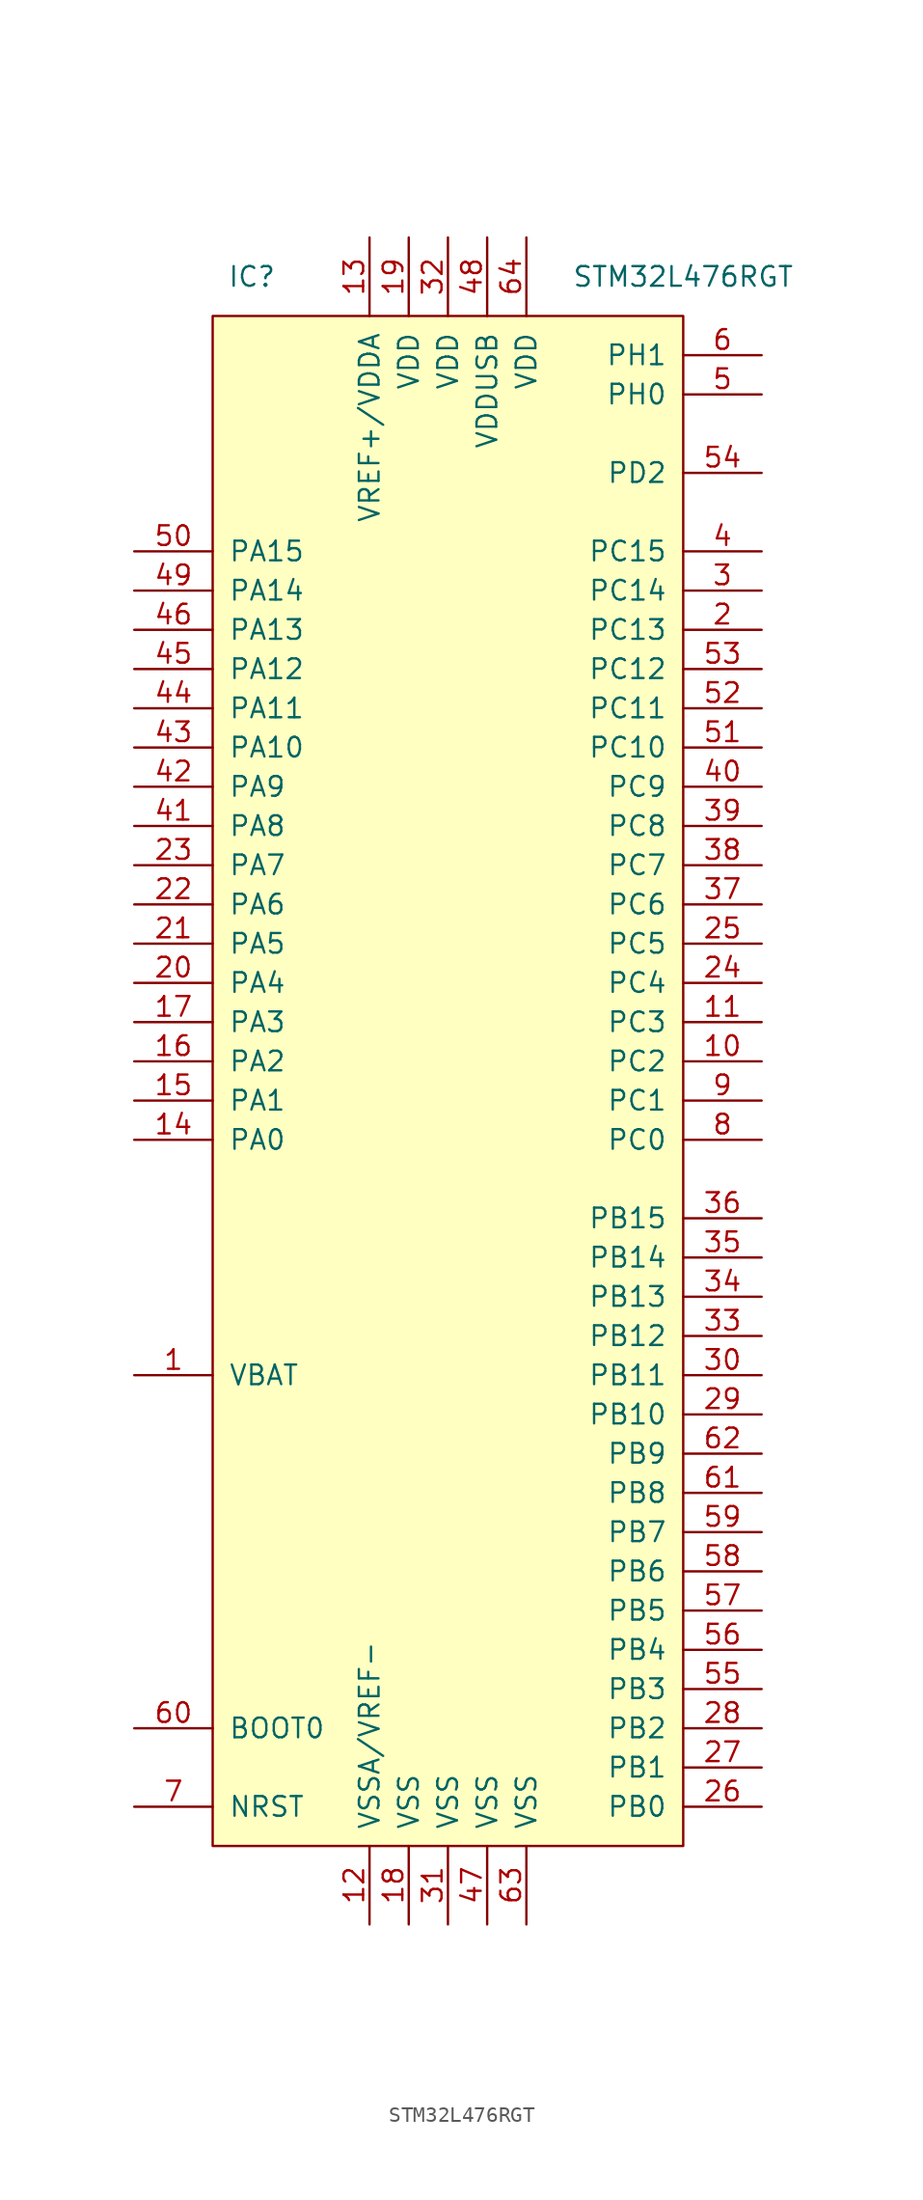
<source format=kicad_sym>
(kicad_symbol_lib
  (version 20220914)
  (generator kicad_symbol_editor)
  (symbol "STM32L476RGT"
    (pin_names
      (offset 1.016))
    (property "Reference" "IC"
      (at -12.7 53.34 0)
      (effects (font (size 1.27 1.27))))
    (property "Value" "STM32L476RGT"
      (at 15.24 53.34 0)
      (effects (font (size 1.27 1.27))))
    (symbol "STM32L476RGT_1_1"
      (rectangle (start -15.24 50.8) (end 15.24 -48.26) (stroke (width 0.152) (type default)) (fill (type background)))
      (pin input line (at -20.32 -17.78 0) (length 5.08) (name "VBAT" (effects (font (size 1.27 1.27)))) (number "1" (effects (font (size 1.27 1.27)))))
      (pin bidirectional line (at 20.32 2.54 180) (length 5.08) (name "PC2" (effects (font (size 1.27 1.27)))) (number "10" (effects (font (size 1.27 1.27)))))
      (pin bidirectional line (at 20.32 5.08 180) (length 5.08) (name "PC3" (effects (font (size 1.27 1.27)))) (number "11" (effects (font (size 1.27 1.27)))))
      (pin power_in line (at -5.08 -53.34 90) (length 5.08) (name "VSSA/VREF-" (effects (font (size 1.27 1.27)))) (number "12" (effects (font (size 1.27 1.27)))))
      (pin power_in line (at -5.08 55.88 270) (length 5.08) (name "VREF+/VDDA" (effects (font (size 1.27 1.27)))) (number "13" (effects (font (size 1.27 1.27)))))
      (pin bidirectional line (at -20.32 -2.54 0) (length 5.08) (name "PA0" (effects (font (size 1.27 1.27)))) (number "14" (effects (font (size 1.27 1.27)))))
      (pin bidirectional line (at -20.32 0 0) (length 5.08) (name "PA1" (effects (font (size 1.27 1.27)))) (number "15" (effects (font (size 1.27 1.27)))))
      (pin bidirectional line (at -20.32 2.54 0) (length 5.08) (name "PA2" (effects (font (size 1.27 1.27)))) (number "16" (effects (font (size 1.27 1.27)))))
      (pin bidirectional line (at -20.32 5.08 0) (length 5.08) (name "PA3" (effects (font (size 1.27 1.27)))) (number "17" (effects (font (size 1.27 1.27)))))
      (pin power_in line (at -2.54 -53.34 90) (length 5.08) (name "VSS" (effects (font (size 1.27 1.27)))) (number "18" (effects (font (size 1.27 1.27)))))
      (pin power_in line (at -2.54 55.88 270) (length 5.08) (name "VDD" (effects (font (size 1.27 1.27)))) (number "19" (effects (font (size 1.27 1.27)))))
      (pin bidirectional line (at 20.32 30.48 180) (length 5.08) (name "PC13" (effects (font (size 1.27 1.27)))) (number "2" (effects (font (size 1.27 1.27)))))
      (pin bidirectional line (at -20.32 7.62 0) (length 5.08) (name "PA4" (effects (font (size 1.27 1.27)))) (number "20" (effects (font (size 1.27 1.27)))))
      (pin bidirectional line (at -20.32 10.16 0) (length 5.08) (name "PA5" (effects (font (size 1.27 1.27)))) (number "21" (effects (font (size 1.27 1.27)))))
      (pin bidirectional line (at -20.32 12.7 0) (length 5.08) (name "PA6" (effects (font (size 1.27 1.27)))) (number "22" (effects (font (size 1.27 1.27)))))
      (pin bidirectional line (at -20.32 15.24 0) (length 5.08) (name "PA7" (effects (font (size 1.27 1.27)))) (number "23" (effects (font (size 1.27 1.27)))))
      (pin bidirectional line (at 20.32 7.62 180) (length 5.08) (name "PC4" (effects (font (size 1.27 1.27)))) (number "24" (effects (font (size 1.27 1.27)))))
      (pin bidirectional line (at 20.32 10.16 180) (length 5.08) (name "PC5" (effects (font (size 1.27 1.27)))) (number "25" (effects (font (size 1.27 1.27)))))
      (pin bidirectional line (at 20.32 -45.72 180) (length 5.08) (name "PB0" (effects (font (size 1.27 1.27)))) (number "26" (effects (font (size 1.27 1.27)))))
      (pin bidirectional line (at 20.32 -43.18 180) (length 5.08) (name "PB1" (effects (font (size 1.27 1.27)))) (number "27" (effects (font (size 1.27 1.27)))))
      (pin bidirectional line (at 20.32 -40.64 180) (length 5.08) (name "PB2" (effects (font (size 1.27 1.27)))) (number "28" (effects (font (size 1.27 1.27)))))
      (pin bidirectional line (at 20.32 -20.32 180) (length 5.08) (name "PB10" (effects (font (size 1.27 1.27)))) (number "29" (effects (font (size 1.27 1.27)))))
      (pin bidirectional line (at 20.32 33.02 180) (length 5.08) (name "PC14" (effects (font (size 1.27 1.27)))) (number "3" (effects (font (size 1.27 1.27)))))
      (pin bidirectional line (at 20.32 -17.78 180) (length 5.08) (name "PB11" (effects (font (size 1.27 1.27)))) (number "30" (effects (font (size 1.27 1.27)))))
      (pin power_in line (at 0 -53.34 90) (length 5.08) (name "VSS" (effects (font (size 1.27 1.27)))) (number "31" (effects (font (size 1.27 1.27)))))
      (pin power_in line (at 0 55.88 270) (length 5.08) (name "VDD" (effects (font (size 1.27 1.27)))) (number "32" (effects (font (size 1.27 1.27)))))
      (pin bidirectional line (at 20.32 -15.24 180) (length 5.08) (name "PB12" (effects (font (size 1.27 1.27)))) (number "33" (effects (font (size 1.27 1.27)))))
      (pin bidirectional line (at 20.32 -12.7 180) (length 5.08) (name "PB13" (effects (font (size 1.27 1.27)))) (number "34" (effects (font (size 1.27 1.27)))))
      (pin bidirectional line (at 20.32 -10.16 180) (length 5.08) (name "PB14" (effects (font (size 1.27 1.27)))) (number "35" (effects (font (size 1.27 1.27)))))
      (pin bidirectional line (at 20.32 -7.62 180) (length 5.08) (name "PB15" (effects (font (size 1.27 1.27)))) (number "36" (effects (font (size 1.27 1.27)))))
      (pin bidirectional line (at 20.32 12.7 180) (length 5.08) (name "PC6" (effects (font (size 1.27 1.27)))) (number "37" (effects (font (size 1.27 1.27)))))
      (pin bidirectional line (at 20.32 15.24 180) (length 5.08) (name "PC7" (effects (font (size 1.27 1.27)))) (number "38" (effects (font (size 1.27 1.27)))))
      (pin bidirectional line (at 20.32 17.78 180) (length 5.08) (name "PC8" (effects (font (size 1.27 1.27)))) (number "39" (effects (font (size 1.27 1.27)))))
      (pin bidirectional line (at 20.32 35.56 180) (length 5.08) (name "PC15" (effects (font (size 1.27 1.27)))) (number "4" (effects (font (size 1.27 1.27)))))
      (pin bidirectional line (at 20.32 20.32 180) (length 5.08) (name "PC9" (effects (font (size 1.27 1.27)))) (number "40" (effects (font (size 1.27 1.27)))))
      (pin bidirectional line (at -20.32 17.78 0) (length 5.08) (name "PA8" (effects (font (size 1.27 1.27)))) (number "41" (effects (font (size 1.27 1.27)))))
      (pin bidirectional line (at -20.32 20.32 0) (length 5.08) (name "PA9" (effects (font (size 1.27 1.27)))) (number "42" (effects (font (size 1.27 1.27)))))
      (pin bidirectional line (at -20.32 22.86 0) (length 5.08) (name "PA10" (effects (font (size 1.27 1.27)))) (number "43" (effects (font (size 1.27 1.27)))))
      (pin bidirectional line (at -20.32 25.4 0) (length 5.08) (name "PA11" (effects (font (size 1.27 1.27)))) (number "44" (effects (font (size 1.27 1.27)))))
      (pin bidirectional line (at -20.32 27.94 0) (length 5.08) (name "PA12" (effects (font (size 1.27 1.27)))) (number "45" (effects (font (size 1.27 1.27)))))
      (pin bidirectional line (at -20.32 30.48 0) (length 5.08) (name "PA13" (effects (font (size 1.27 1.27)))) (number "46" (effects (font (size 1.27 1.27)))))
      (pin power_in line (at 2.54 -53.34 90) (length 5.08) (name "VSS" (effects (font (size 1.27 1.27)))) (number "47" (effects (font (size 1.27 1.27)))))
      (pin power_in line (at 2.54 55.88 270) (length 5.08) (name "VDDUSB" (effects (font (size 1.27 1.27)))) (number "48" (effects (font (size 1.27 1.27)))))
      (pin bidirectional line (at -20.32 33.02 0) (length 5.08) (name "PA14" (effects (font (size 1.27 1.27)))) (number "49" (effects (font (size 1.27 1.27)))))
      (pin bidirectional line (at 20.32 45.72 180) (length 5.08) (name "PH0" (effects (font (size 1.27 1.27)))) (number "5" (effects (font (size 1.27 1.27)))))
      (pin bidirectional line (at -20.32 35.56 0) (length 5.08) (name "PA15" (effects (font (size 1.27 1.27)))) (number "50" (effects (font (size 1.27 1.27)))))
      (pin bidirectional line (at 20.32 22.86 180) (length 5.08) (name "PC10" (effects (font (size 1.27 1.27)))) (number "51" (effects (font (size 1.27 1.27)))))
      (pin bidirectional line (at 20.32 25.4 180) (length 5.08) (name "PC11" (effects (font (size 1.27 1.27)))) (number "52" (effects (font (size 1.27 1.27)))))
      (pin bidirectional line (at 20.32 27.94 180) (length 5.08) (name "PC12" (effects (font (size 1.27 1.27)))) (number "53" (effects (font (size 1.27 1.27)))))
      (pin bidirectional line (at 20.32 40.64 180) (length 5.08) (name "PD2" (effects (font (size 1.27 1.27)))) (number "54" (effects (font (size 1.27 1.27)))))
      (pin bidirectional line (at 20.32 -38.1 180) (length 5.08) (name "PB3" (effects (font (size 1.27 1.27)))) (number "55" (effects (font (size 1.27 1.27)))))
      (pin bidirectional line (at 20.32 -35.56 180) (length 5.08) (name "PB4" (effects (font (size 1.27 1.27)))) (number "56" (effects (font (size 1.27 1.27)))))
      (pin bidirectional line (at 20.32 -33.02 180) (length 5.08) (name "PB5" (effects (font (size 1.27 1.27)))) (number "57" (effects (font (size 1.27 1.27)))))
      (pin bidirectional line (at 20.32 -30.48 180) (length 5.08) (name "PB6" (effects (font (size 1.27 1.27)))) (number "58" (effects (font (size 1.27 1.27)))))
      (pin bidirectional line (at 20.32 -27.94 180) (length 5.08) (name "PB7" (effects (font (size 1.27 1.27)))) (number "59" (effects (font (size 1.27 1.27)))))
      (pin bidirectional line (at 20.32 48.26 180) (length 5.08) (name "PH1" (effects (font (size 1.27 1.27)))) (number "6" (effects (font (size 1.27 1.27)))))
      (pin input line (at -20.32 -40.64 0) (length 5.08) (name "BOOT0" (effects (font (size 1.27 1.27)))) (number "60" (effects (font (size 1.27 1.27)))))
      (pin bidirectional line (at 20.32 -25.4 180) (length 5.08) (name "PB8" (effects (font (size 1.27 1.27)))) (number "61" (effects (font (size 1.27 1.27)))))
      (pin bidirectional line (at 20.32 -22.86 180) (length 5.08) (name "PB9" (effects (font (size 1.27 1.27)))) (number "62" (effects (font (size 1.27 1.27)))))
      (pin power_in line (at 5.08 -53.34 90) (length 5.08) (name "VSS" (effects (font (size 1.27 1.27)))) (number "63" (effects (font (size 1.27 1.27)))))
      (pin power_in line (at 5.08 55.88 270) (length 5.08) (name "VDD" (effects (font (size 1.27 1.27)))) (number "64" (effects (font (size 1.27 1.27)))))
      (pin input line (at -20.32 -45.72 0) (length 5.08) (name "NRST" (effects (font (size 1.27 1.27)))) (number "7" (effects (font (size 1.27 1.27)))))
      (pin bidirectional line (at 20.32 -2.54 180) (length 5.08) (name "PC0" (effects (font (size 1.27 1.27)))) (number "8" (effects (font (size 1.27 1.27)))))
      (pin bidirectional line (at 20.32 0 180) (length 5.08) (name "PC1" (effects (font (size 1.27 1.27)))) (number "9" (effects (font (size 1.27 1.27))))))))
</source>
